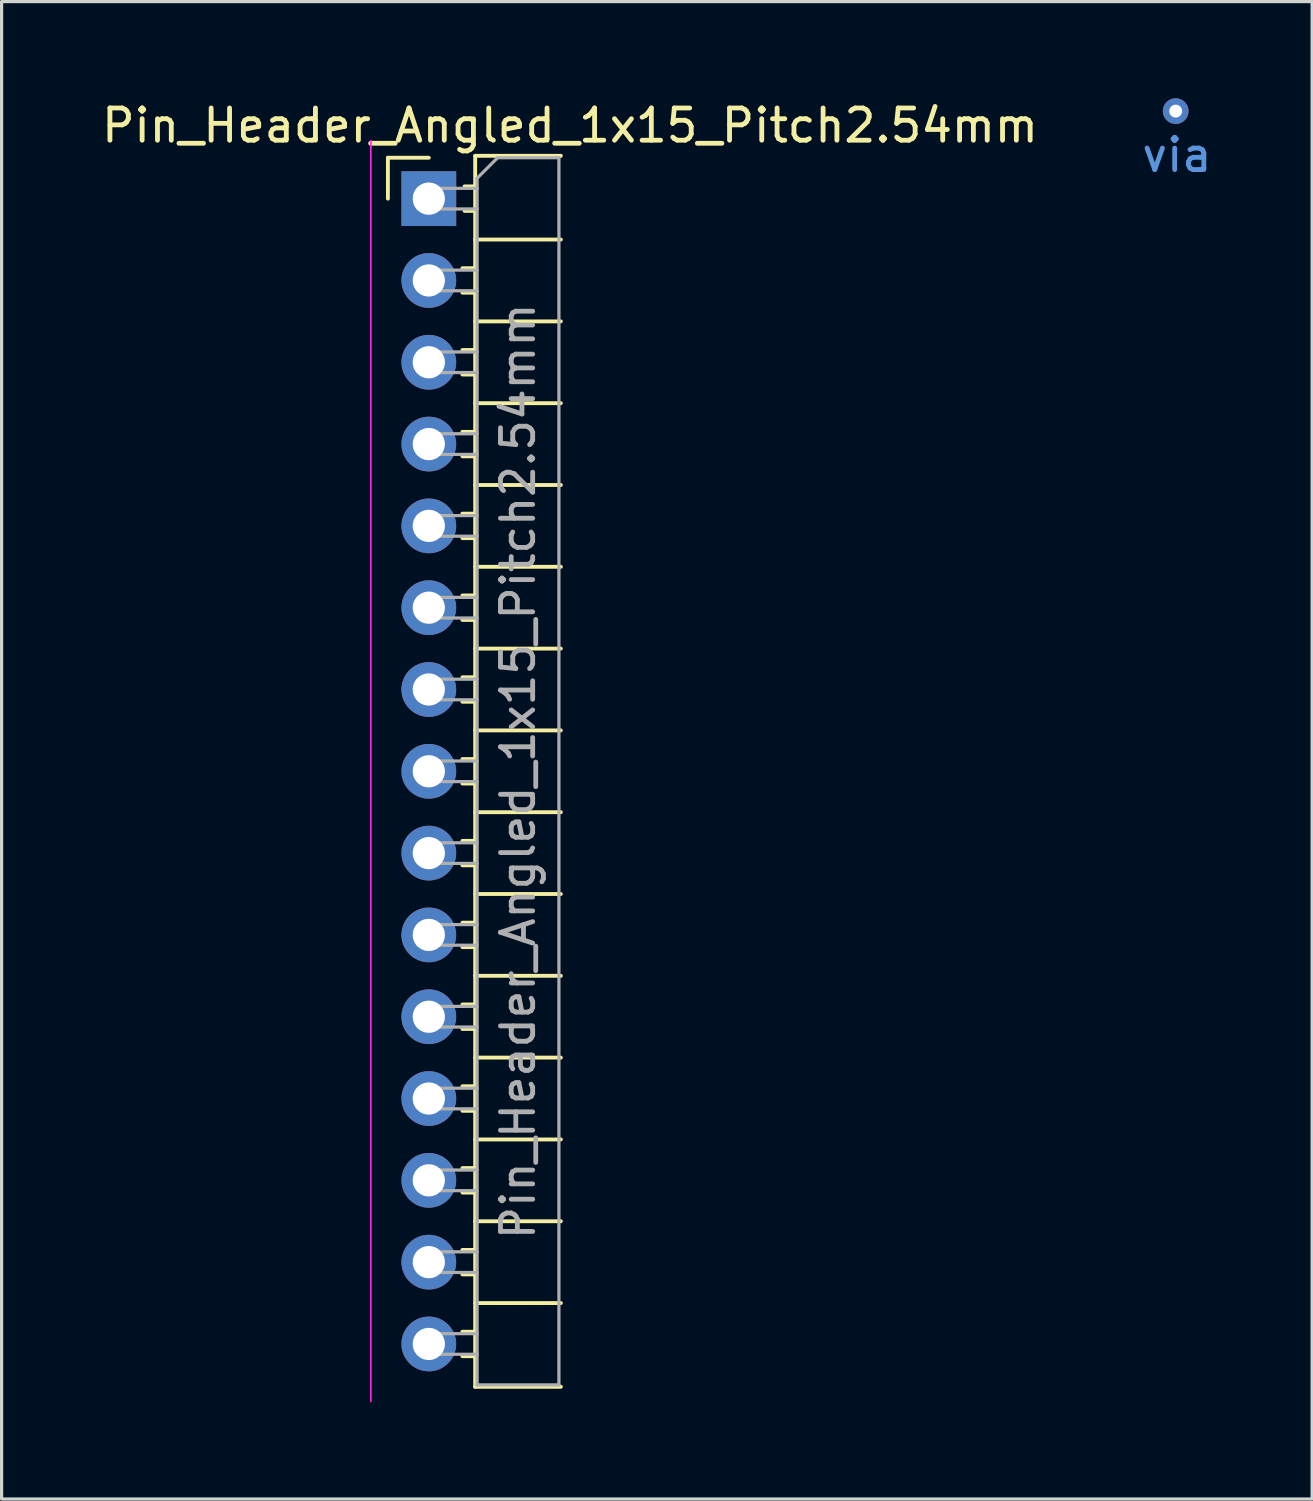
<source format=kicad_pcb>
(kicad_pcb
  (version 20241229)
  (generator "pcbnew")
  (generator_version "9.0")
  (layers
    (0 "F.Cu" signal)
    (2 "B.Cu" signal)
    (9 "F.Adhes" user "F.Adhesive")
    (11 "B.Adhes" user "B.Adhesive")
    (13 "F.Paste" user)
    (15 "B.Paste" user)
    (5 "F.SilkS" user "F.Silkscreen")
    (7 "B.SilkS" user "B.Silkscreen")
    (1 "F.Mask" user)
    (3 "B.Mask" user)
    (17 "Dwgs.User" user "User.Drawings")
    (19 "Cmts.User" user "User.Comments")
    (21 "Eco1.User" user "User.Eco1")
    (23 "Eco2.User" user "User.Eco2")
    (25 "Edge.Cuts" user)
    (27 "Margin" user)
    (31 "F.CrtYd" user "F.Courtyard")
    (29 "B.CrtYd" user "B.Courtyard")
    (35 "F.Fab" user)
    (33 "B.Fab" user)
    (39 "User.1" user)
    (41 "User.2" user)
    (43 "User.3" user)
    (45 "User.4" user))
  (footprint "via"
    (layer "F.Cu")
    (at 33.454 0.4)
    (property "Reference" "via" (at 0.04 1.36 0) (layer "Cmts.User") (effects (font (size 1 1) (thickness 0.15))))
    (attr through_hole)
    (pad "1" thru_hole circle (at 0 0) (size 0.8 0.8) (drill 0.4) (layers "*.Cu")))
  (footprint "Pin_Header_Angled_1x15_Pitch2.54mm"
    (layer "F.Cu")
    (at 10.264 3.118)
    (property "Reference" "Pin_Header_Angled_1x15_Pitch2.54mm" (at 4.385 -2.27 0) (layer "F.SilkS") (effects (font (size 1 1) (thickness 0.15))))
    (attr through_hole)
    (fp_line (start -1.27 -1.27) (end 0 -1.27) (stroke (width 0.12) (type solid)) (layer "F.SilkS"))
    (fp_line (start -1.27 0) (end -1.27 -1.27) (stroke (width 0.12) (type solid)) (layer "F.SilkS"))
    (fp_line (start 1.043 2.16) (end 1.44 2.16) (stroke (width 0.12) (type solid)) (layer "F.SilkS"))
    (fp_line (start 1.043 2.92) (end 1.44 2.92) (stroke (width 0.12) (type solid)) (layer "F.SilkS"))
    (fp_line (start 1.043 4.7) (end 1.44 4.7) (stroke (width 0.12) (type solid)) (layer "F.SilkS"))
    (fp_line (start 1.043 5.46) (end 1.44 5.46) (stroke (width 0.12) (type solid)) (layer "F.SilkS"))
    (fp_line (start 1.043 7.24) (end 1.44 7.24) (stroke (width 0.12) (type solid)) (layer "F.SilkS"))
    (fp_line (start 1.043 8) (end 1.44 8) (stroke (width 0.12) (type solid)) (layer "F.SilkS"))
    (fp_line (start 1.043 9.78) (end 1.44 9.78) (stroke (width 0.12) (type solid)) (layer "F.SilkS"))
    (fp_line (start 1.043 10.54) (end 1.44 10.54) (stroke (width 0.12) (type solid)) (layer "F.SilkS"))
    (fp_line (start 1.043 12.32) (end 1.44 12.32) (stroke (width 0.12) (type solid)) (layer "F.SilkS"))
    (fp_line (start 1.043 13.08) (end 1.44 13.08) (stroke (width 0.12) (type solid)) (layer "F.SilkS"))
    (fp_line (start 1.043 14.86) (end 1.44 14.86) (stroke (width 0.12) (type solid)) (layer "F.SilkS"))
    (fp_line (start 1.043 15.62) (end 1.44 15.62) (stroke (width 0.12) (type solid)) (layer "F.SilkS"))
    (fp_line (start 1.043 17.4) (end 1.44 17.4) (stroke (width 0.12) (type solid)) (layer "F.SilkS"))
    (fp_line (start 1.043 18.16) (end 1.44 18.16) (stroke (width 0.12) (type solid)) (layer "F.SilkS"))
    (fp_line (start 1.043 19.94) (end 1.44 19.94) (stroke (width 0.12) (type solid)) (layer "F.SilkS"))
    (fp_line (start 1.043 20.7) (end 1.44 20.7) (stroke (width 0.12) (type solid)) (layer "F.SilkS"))
    (fp_line (start 1.043 22.48) (end 1.44 22.48) (stroke (width 0.12) (type solid)) (layer "F.SilkS"))
    (fp_line (start 1.043 23.24) (end 1.44 23.24) (stroke (width 0.12) (type solid)) (layer "F.SilkS"))
    (fp_line (start 1.043 25.02) (end 1.44 25.02) (stroke (width 0.12) (type solid)) (layer "F.SilkS"))
    (fp_line (start 1.043 25.78) (end 1.44 25.78) (stroke (width 0.12) (type solid)) (layer "F.SilkS"))
    (fp_line (start 1.043 27.56) (end 1.44 27.56) (stroke (width 0.12) (type solid)) (layer "F.SilkS"))
    (fp_line (start 1.043 28.32) (end 1.44 28.32) (stroke (width 0.12) (type solid)) (layer "F.SilkS"))
    (fp_line (start 1.043 30.1) (end 1.44 30.1) (stroke (width 0.12) (type solid)) (layer "F.SilkS"))
    (fp_line (start 1.043 30.86) (end 1.44 30.86) (stroke (width 0.12) (type solid)) (layer "F.SilkS"))
    (fp_line (start 1.043 32.64) (end 1.44 32.64) (stroke (width 0.12) (type solid)) (layer "F.SilkS"))
    (fp_line (start 1.043 33.4) (end 1.44 33.4) (stroke (width 0.12) (type solid)) (layer "F.SilkS"))
    (fp_line (start 1.043 35.18) (end 1.44 35.18) (stroke (width 0.12) (type solid)) (layer "F.SilkS"))
    (fp_line (start 1.043 35.94) (end 1.44 35.94) (stroke (width 0.12) (type solid)) (layer "F.SilkS"))
    (fp_line (start 1.11 -0.38) (end 1.44 -0.38) (stroke (width 0.12) (type solid)) (layer "F.SilkS"))
    (fp_line (start 1.11 0.38) (end 1.44 0.38) (stroke (width 0.12) (type solid)) (layer "F.SilkS"))
    (fp_line (start 1.44 -1.33) (end 1.44 36.89) (stroke (width 0.12) (type solid)) (layer "F.SilkS"))
    (fp_line (start 1.44 1.27) (end 4.1 1.27) (stroke (width 0.12) (type solid)) (layer "F.SilkS"))
    (fp_line (start 1.44 3.81) (end 4.1 3.81) (stroke (width 0.12) (type solid)) (layer "F.SilkS"))
    (fp_line (start 1.44 6.35) (end 4.1 6.35) (stroke (width 0.12) (type solid)) (layer "F.SilkS"))
    (fp_line (start 1.44 8.89) (end 4.1 8.89) (stroke (width 0.12) (type solid)) (layer "F.SilkS"))
    (fp_line (start 1.44 11.43) (end 4.1 11.43) (stroke (width 0.12) (type solid)) (layer "F.SilkS"))
    (fp_line (start 1.44 13.97) (end 4.1 13.97) (stroke (width 0.12) (type solid)) (layer "F.SilkS"))
    (fp_line (start 1.44 16.51) (end 4.1 16.51) (stroke (width 0.12) (type solid)) (layer "F.SilkS"))
    (fp_line (start 1.44 19.05) (end 4.1 19.05) (stroke (width 0.12) (type solid)) (layer "F.SilkS"))
    (fp_line (start 1.44 21.59) (end 4.1 21.59) (stroke (width 0.12) (type solid)) (layer "F.SilkS"))
    (fp_line (start 1.44 24.13) (end 4.1 24.13) (stroke (width 0.12) (type solid)) (layer "F.SilkS"))
    (fp_line (start 1.44 26.67) (end 4.1 26.67) (stroke (width 0.12) (type solid)) (layer "F.SilkS"))
    (fp_line (start 1.44 29.21) (end 4.1 29.21) (stroke (width 0.12) (type solid)) (layer "F.SilkS"))
    (fp_line (start 1.44 31.75) (end 4.1 31.75) (stroke (width 0.12) (type solid)) (layer "F.SilkS"))
    (fp_line (start 1.44 34.29) (end 4.1 34.29) (stroke (width 0.12) (type solid)) (layer "F.SilkS"))
    (fp_line (start 1.44 36.89) (end 4.1 36.89) (stroke (width 0.12) (type solid)) (layer "F.SilkS"))
    (fp_line (start 4.1 -1.33) (end 1.44 -1.33) (stroke (width 0.12) (type solid)) (layer "F.SilkS"))
    (fp_line (start -1.8 -1.8) (end -1.8 37.35) (stroke (width 0.05) (type solid)) (layer "F.CrtYd"))
    (fp_line (start -0.32 -0.32) (end -0.32 0.32) (stroke (width 0.1) (type solid)) (layer "F.Fab"))
    (fp_line (start -0.32 -0.32) (end 1.5 -0.32) (stroke (width 0.1) (type solid)) (layer "F.Fab"))
    (fp_line (start -0.32 0.32) (end 1.5 0.32) (stroke (width 0.1) (type solid)) (layer "F.Fab"))
    (fp_line (start -0.32 2.22) (end -0.32 2.86) (stroke (width 0.1) (type solid)) (layer "F.Fab"))
    (fp_line (start -0.32 2.22) (end 1.5 2.22) (stroke (width 0.1) (type solid)) (layer "F.Fab"))
    (fp_line (start -0.32 2.86) (end 1.5 2.86) (stroke (width 0.1) (type solid)) (layer "F.Fab"))
    (fp_line (start -0.32 4.76) (end -0.32 5.4) (stroke (width 0.1) (type solid)) (layer "F.Fab"))
    (fp_line (start -0.32 4.76) (end 1.5 4.76) (stroke (width 0.1) (type solid)) (layer "F.Fab"))
    (fp_line (start -0.32 5.4) (end 1.5 5.4) (stroke (width 0.1) (type solid)) (layer "F.Fab"))
    (fp_line (start -0.32 7.3) (end -0.32 7.94) (stroke (width 0.1) (type solid)) (layer "F.Fab"))
    (fp_line (start -0.32 7.3) (end 1.5 7.3) (stroke (width 0.1) (type solid)) (layer "F.Fab"))
    (fp_line (start -0.32 7.94) (end 1.5 7.94) (stroke (width 0.1) (type solid)) (layer "F.Fab"))
    (fp_line (start -0.32 9.84) (end -0.32 10.48) (stroke (width 0.1) (type solid)) (layer "F.Fab"))
    (fp_line (start -0.32 9.84) (end 1.5 9.84) (stroke (width 0.1) (type solid)) (layer "F.Fab"))
    (fp_line (start -0.32 10.48) (end 1.5 10.48) (stroke (width 0.1) (type solid)) (layer "F.Fab"))
    (fp_line (start -0.32 12.38) (end -0.32 13.02) (stroke (width 0.1) (type solid)) (layer "F.Fab"))
    (fp_line (start -0.32 12.38) (end 1.5 12.38) (stroke (width 0.1) (type solid)) (layer "F.Fab"))
    (fp_line (start -0.32 13.02) (end 1.5 13.02) (stroke (width 0.1) (type solid)) (layer "F.Fab"))
    (fp_line (start -0.32 14.92) (end -0.32 15.56) (stroke (width 0.1) (type solid)) (layer "F.Fab"))
    (fp_line (start -0.32 14.92) (end 1.5 14.92) (stroke (width 0.1) (type solid)) (layer "F.Fab"))
    (fp_line (start -0.32 15.56) (end 1.5 15.56) (stroke (width 0.1) (type solid)) (layer "F.Fab"))
    (fp_line (start -0.32 17.46) (end -0.32 18.1) (stroke (width 0.1) (type solid)) (layer "F.Fab"))
    (fp_line (start -0.32 17.46) (end 1.5 17.46) (stroke (width 0.1) (type solid)) (layer "F.Fab"))
    (fp_line (start -0.32 18.1) (end 1.5 18.1) (stroke (width 0.1) (type solid)) (layer "F.Fab"))
    (fp_line (start -0.32 20) (end -0.32 20.64) (stroke (width 0.1) (type solid)) (layer "F.Fab"))
    (fp_line (start -0.32 20) (end 1.5 20) (stroke (width 0.1) (type solid)) (layer "F.Fab"))
    (fp_line (start -0.32 20.64) (end 1.5 20.64) (stroke (width 0.1) (type solid)) (layer "F.Fab"))
    (fp_line (start -0.32 22.54) (end -0.32 23.18) (stroke (width 0.1) (type solid)) (layer "F.Fab"))
    (fp_line (start -0.32 22.54) (end 1.5 22.54) (stroke (width 0.1) (type solid)) (layer "F.Fab"))
    (fp_line (start -0.32 23.18) (end 1.5 23.18) (stroke (width 0.1) (type solid)) (layer "F.Fab"))
    (fp_line (start -0.32 25.08) (end -0.32 25.72) (stroke (width 0.1) (type solid)) (layer "F.Fab"))
    (fp_line (start -0.32 25.08) (end 1.5 25.08) (stroke (width 0.1) (type solid)) (layer "F.Fab"))
    (fp_line (start -0.32 25.72) (end 1.5 25.72) (stroke (width 0.1) (type solid)) (layer "F.Fab"))
    (fp_line (start -0.32 27.62) (end -0.32 28.26) (stroke (width 0.1) (type solid)) (layer "F.Fab"))
    (fp_line (start -0.32 27.62) (end 1.5 27.62) (stroke (width 0.1) (type solid)) (layer "F.Fab"))
    (fp_line (start -0.32 28.26) (end 1.5 28.26) (stroke (width 0.1) (type solid)) (layer "F.Fab"))
    (fp_line (start -0.32 30.16) (end -0.32 30.8) (stroke (width 0.1) (type solid)) (layer "F.Fab"))
    (fp_line (start -0.32 30.16) (end 1.5 30.16) (stroke (width 0.1) (type solid)) (layer "F.Fab"))
    (fp_line (start -0.32 30.8) (end 1.5 30.8) (stroke (width 0.1) (type solid)) (layer "F.Fab"))
    (fp_line (start -0.32 32.7) (end -0.32 33.34) (stroke (width 0.1) (type solid)) (layer "F.Fab"))
    (fp_line (start -0.32 32.7) (end 1.5 32.7) (stroke (width 0.1) (type solid)) (layer "F.Fab"))
    (fp_line (start -0.32 33.34) (end 1.5 33.34) (stroke (width 0.1) (type solid)) (layer "F.Fab"))
    (fp_line (start -0.32 35.24) (end -0.32 35.88) (stroke (width 0.1) (type solid)) (layer "F.Fab"))
    (fp_line (start -0.32 35.24) (end 1.5 35.24) (stroke (width 0.1) (type solid)) (layer "F.Fab"))
    (fp_line (start -0.32 35.88) (end 1.5 35.88) (stroke (width 0.1) (type solid)) (layer "F.Fab"))
    (fp_line (start 1.5 -0.635) (end 2.135 -1.27) (stroke (width 0.1) (type solid)) (layer "F.Fab"))
    (fp_line (start 1.5 36.83) (end 1.5 -0.635) (stroke (width 0.1) (type solid)) (layer "F.Fab"))
    (fp_line (start 2.135 -1.27) (end 4.04 -1.27) (stroke (width 0.1) (type solid)) (layer "F.Fab"))
    (fp_line (start 4.04 -1.27) (end 4.04 36.83) (stroke (width 0.1) (type solid)) (layer "F.Fab"))
    (fp_line (start 4.04 36.83) (end 1.5 36.83) (stroke (width 0.1) (type solid)) (layer "F.Fab"))
    (fp_text user "${REFERENCE}" (at 2.77 17.78 90) (layer "F.Fab") (effects (font (size 1 1) (thickness 0.15))))
    (pad "1" thru_hole rect (at 0 0) (size 1.7 1.7) (drill 1) (layers "*.Cu" "*.Mask"))
    (pad "2" thru_hole oval (at 0 2.54) (size 1.7 1.7) (drill 1) (layers "*.Cu" "*.Mask"))
    (pad "3" thru_hole oval (at 0 5.08) (size 1.7 1.7) (drill 1) (layers "*.Cu" "*.Mask"))
    (pad "4" thru_hole oval (at 0 7.62) (size 1.7 1.7) (drill 1) (layers "*.Cu" "*.Mask"))
    (pad "5" thru_hole oval (at 0 10.16) (size 1.7 1.7) (drill 1) (layers "*.Cu" "*.Mask"))
    (pad "6" thru_hole oval (at 0 12.7) (size 1.7 1.7) (drill 1) (layers "*.Cu" "*.Mask"))
    (pad "7" thru_hole oval (at 0 15.24) (size 1.7 1.7) (drill 1) (layers "*.Cu" "*.Mask"))
    (pad "8" thru_hole oval (at 0 17.78) (size 1.7 1.7) (drill 1) (layers "*.Cu" "*.Mask"))
    (pad "9" thru_hole oval (at 0 20.32) (size 1.7 1.7) (drill 1) (layers "*.Cu" "*.Mask"))
    (pad "10" thru_hole oval (at 0 22.86) (size 1.7 1.7) (drill 1) (layers "*.Cu" "*.Mask"))
    (pad "11" thru_hole oval (at 0 25.4) (size 1.7 1.7) (drill 1) (layers "*.Cu" "*.Mask"))
    (pad "12" thru_hole oval (at 0 27.94) (size 1.7 1.7) (drill 1) (layers "*.Cu" "*.Mask"))
    (pad "13" thru_hole oval (at 0 30.48) (size 1.7 1.7) (drill 1) (layers "*.Cu" "*.Mask"))
    (pad "14" thru_hole oval (at 0 33.02) (size 1.7 1.7) (drill 1) (layers "*.Cu" "*.Mask"))
    (pad "15" thru_hole oval (at 0 35.56) (size 1.7 1.7) (drill 1) (layers "*.Cu" "*.Mask")))
  (gr_rect
    (start -3 -3)
    (end 37.69 43.493)
    (stroke (width 0.1) (type default))
    (fill no)
    (layer "Edge.Cuts")))
</source>
